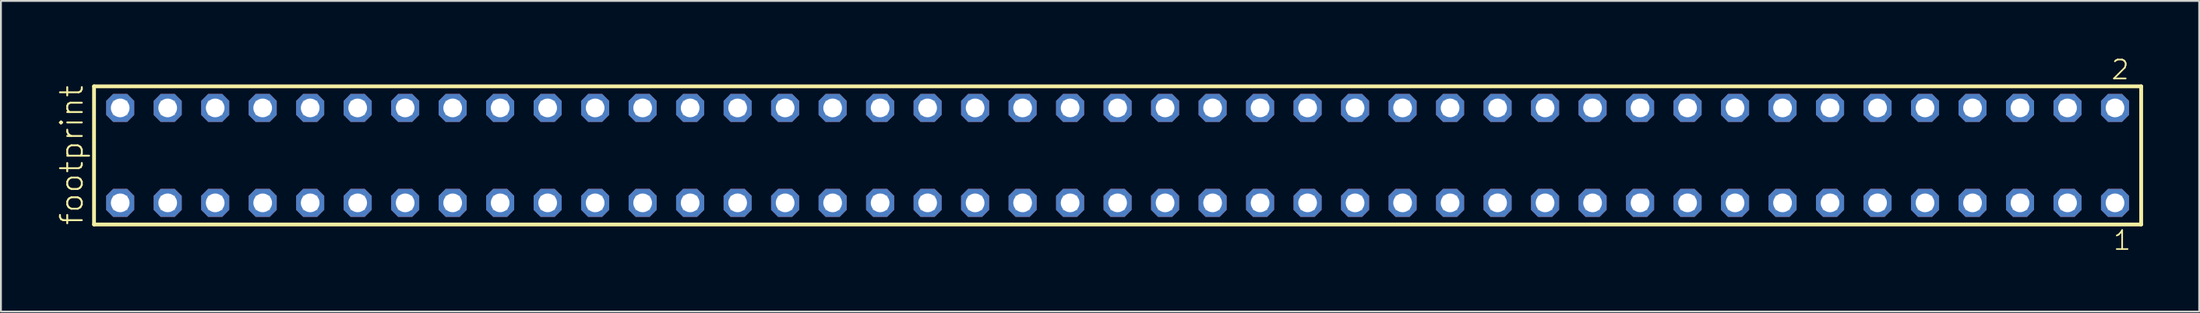
<source format=kicad_pcb>
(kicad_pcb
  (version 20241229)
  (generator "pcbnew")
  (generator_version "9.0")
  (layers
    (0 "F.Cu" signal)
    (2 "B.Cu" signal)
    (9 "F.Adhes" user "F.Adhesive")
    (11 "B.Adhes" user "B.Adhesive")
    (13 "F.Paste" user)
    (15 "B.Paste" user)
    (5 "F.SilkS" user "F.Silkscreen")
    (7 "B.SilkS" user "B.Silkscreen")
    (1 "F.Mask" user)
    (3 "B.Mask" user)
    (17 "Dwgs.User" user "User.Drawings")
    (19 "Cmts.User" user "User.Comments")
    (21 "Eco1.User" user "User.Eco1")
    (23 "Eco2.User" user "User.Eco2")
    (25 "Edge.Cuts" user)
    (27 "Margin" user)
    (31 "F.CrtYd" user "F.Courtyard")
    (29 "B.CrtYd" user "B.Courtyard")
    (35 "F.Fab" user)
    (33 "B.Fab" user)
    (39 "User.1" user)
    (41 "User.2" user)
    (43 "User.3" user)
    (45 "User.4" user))
  (footprint "footprint"
    (layer "F.Cu")
    (at 56.718 5.265)
    (property "Reference" "footprint" (at -55.245 3.81 90) (layer "F.SilkS") (effects (font (size 1.168 1.168) (thickness 0.102)) (justify left bottom)))
    (fp_line (start -54.739 -3.695) (end 54.739 -3.695) (stroke (width 0.203) (type solid)) (layer "F.SilkS"))
    (fp_line (start -54.739 3.695) (end -54.739 -3.695) (stroke (width 0.203) (type solid)) (layer "F.SilkS"))
    (fp_line (start 54.739 -3.695) (end 54.739 3.695) (stroke (width 0.203) (type solid)) (layer "F.SilkS"))
    (fp_line (start 54.739 3.695) (end -54.739 3.695) (stroke (width 0.203) (type solid)) (layer "F.SilkS"))
    (fp_poly (pts (xy -53.69 -2.19) (xy -52.99 -2.19) (xy -52.99 -2.89) (xy -53.69 -2.89)) (stroke (width 0.1) (type solid)) (fill no) (layer "F.Fab"))
    (fp_poly (pts (xy -53.69 2.89) (xy -52.99 2.89) (xy -52.99 2.19) (xy -53.69 2.19)) (stroke (width 0.1) (type solid)) (fill no) (layer "F.Fab"))
    (fp_poly (pts (xy -51.15 -2.19) (xy -50.45 -2.19) (xy -50.45 -2.89) (xy -51.15 -2.89)) (stroke (width 0.1) (type solid)) (fill no) (layer "F.Fab"))
    (fp_poly (pts (xy -51.15 2.89) (xy -50.45 2.89) (xy -50.45 2.19) (xy -51.15 2.19)) (stroke (width 0.1) (type solid)) (fill no) (layer "F.Fab"))
    (fp_poly (pts (xy -48.61 -2.19) (xy -47.91 -2.19) (xy -47.91 -2.89) (xy -48.61 -2.89)) (stroke (width 0.1) (type solid)) (fill no) (layer "F.Fab"))
    (fp_poly (pts (xy -48.61 2.89) (xy -47.91 2.89) (xy -47.91 2.19) (xy -48.61 2.19)) (stroke (width 0.1) (type solid)) (fill no) (layer "F.Fab"))
    (fp_poly (pts (xy -46.07 -2.19) (xy -45.37 -2.19) (xy -45.37 -2.89) (xy -46.07 -2.89)) (stroke (width 0.1) (type solid)) (fill no) (layer "F.Fab"))
    (fp_poly (pts (xy -46.07 2.89) (xy -45.37 2.89) (xy -45.37 2.19) (xy -46.07 2.19)) (stroke (width 0.1) (type solid)) (fill no) (layer "F.Fab"))
    (fp_poly (pts (xy -43.53 -2.19) (xy -42.83 -2.19) (xy -42.83 -2.89) (xy -43.53 -2.89)) (stroke (width 0.1) (type solid)) (fill no) (layer "F.Fab"))
    (fp_poly (pts (xy -43.53 2.89) (xy -42.83 2.89) (xy -42.83 2.19) (xy -43.53 2.19)) (stroke (width 0.1) (type solid)) (fill no) (layer "F.Fab"))
    (fp_poly (pts (xy -40.99 -2.19) (xy -40.29 -2.19) (xy -40.29 -2.89) (xy -40.99 -2.89)) (stroke (width 0.1) (type solid)) (fill no) (layer "F.Fab"))
    (fp_poly (pts (xy -40.99 2.89) (xy -40.29 2.89) (xy -40.29 2.19) (xy -40.99 2.19)) (stroke (width 0.1) (type solid)) (fill no) (layer "F.Fab"))
    (fp_poly (pts (xy -38.45 -2.19) (xy -37.75 -2.19) (xy -37.75 -2.89) (xy -38.45 -2.89)) (stroke (width 0.1) (type solid)) (fill no) (layer "F.Fab"))
    (fp_poly (pts (xy -38.45 2.89) (xy -37.75 2.89) (xy -37.75 2.19) (xy -38.45 2.19)) (stroke (width 0.1) (type solid)) (fill no) (layer "F.Fab"))
    (fp_poly (pts (xy -35.91 -2.19) (xy -35.21 -2.19) (xy -35.21 -2.89) (xy -35.91 -2.89)) (stroke (width 0.1) (type solid)) (fill no) (layer "F.Fab"))
    (fp_poly (pts (xy -35.91 2.89) (xy -35.21 2.89) (xy -35.21 2.19) (xy -35.91 2.19)) (stroke (width 0.1) (type solid)) (fill no) (layer "F.Fab"))
    (fp_poly (pts (xy -33.37 -2.19) (xy -32.67 -2.19) (xy -32.67 -2.89) (xy -33.37 -2.89)) (stroke (width 0.1) (type solid)) (fill no) (layer "F.Fab"))
    (fp_poly (pts (xy -33.37 2.89) (xy -32.67 2.89) (xy -32.67 2.19) (xy -33.37 2.19)) (stroke (width 0.1) (type solid)) (fill no) (layer "F.Fab"))
    (fp_poly (pts (xy -30.83 -2.19) (xy -30.13 -2.19) (xy -30.13 -2.89) (xy -30.83 -2.89)) (stroke (width 0.1) (type solid)) (fill no) (layer "F.Fab"))
    (fp_poly (pts (xy -30.83 2.89) (xy -30.13 2.89) (xy -30.13 2.19) (xy -30.83 2.19)) (stroke (width 0.1) (type solid)) (fill no) (layer "F.Fab"))
    (fp_poly (pts (xy -28.29 -2.19) (xy -27.59 -2.19) (xy -27.59 -2.89) (xy -28.29 -2.89)) (stroke (width 0.1) (type solid)) (fill no) (layer "F.Fab"))
    (fp_poly (pts (xy -28.29 2.89) (xy -27.59 2.89) (xy -27.59 2.19) (xy -28.29 2.19)) (stroke (width 0.1) (type solid)) (fill no) (layer "F.Fab"))
    (fp_poly (pts (xy -25.75 -2.19) (xy -25.05 -2.19) (xy -25.05 -2.89) (xy -25.75 -2.89)) (stroke (width 0.1) (type solid)) (fill no) (layer "F.Fab"))
    (fp_poly (pts (xy -25.75 2.89) (xy -25.05 2.89) (xy -25.05 2.19) (xy -25.75 2.19)) (stroke (width 0.1) (type solid)) (fill no) (layer "F.Fab"))
    (fp_poly (pts (xy -23.21 -2.19) (xy -22.51 -2.19) (xy -22.51 -2.89) (xy -23.21 -2.89)) (stroke (width 0.1) (type solid)) (fill no) (layer "F.Fab"))
    (fp_poly (pts (xy -23.21 2.89) (xy -22.51 2.89) (xy -22.51 2.19) (xy -23.21 2.19)) (stroke (width 0.1) (type solid)) (fill no) (layer "F.Fab"))
    (fp_poly (pts (xy -20.67 -2.19) (xy -19.97 -2.19) (xy -19.97 -2.89) (xy -20.67 -2.89)) (stroke (width 0.1) (type solid)) (fill no) (layer "F.Fab"))
    (fp_poly (pts (xy -20.67 2.89) (xy -19.97 2.89) (xy -19.97 2.19) (xy -20.67 2.19)) (stroke (width 0.1) (type solid)) (fill no) (layer "F.Fab"))
    (fp_poly (pts (xy -18.13 -2.19) (xy -17.43 -2.19) (xy -17.43 -2.89) (xy -18.13 -2.89)) (stroke (width 0.1) (type solid)) (fill no) (layer "F.Fab"))
    (fp_poly (pts (xy -18.13 2.89) (xy -17.43 2.89) (xy -17.43 2.19) (xy -18.13 2.19)) (stroke (width 0.1) (type solid)) (fill no) (layer "F.Fab"))
    (fp_poly (pts (xy -15.59 -2.19) (xy -14.89 -2.19) (xy -14.89 -2.89) (xy -15.59 -2.89)) (stroke (width 0.1) (type solid)) (fill no) (layer "F.Fab"))
    (fp_poly (pts (xy -15.59 2.89) (xy -14.89 2.89) (xy -14.89 2.19) (xy -15.59 2.19)) (stroke (width 0.1) (type solid)) (fill no) (layer "F.Fab"))
    (fp_poly (pts (xy -13.05 -2.19) (xy -12.35 -2.19) (xy -12.35 -2.89) (xy -13.05 -2.89)) (stroke (width 0.1) (type solid)) (fill no) (layer "F.Fab"))
    (fp_poly (pts (xy -13.05 2.89) (xy -12.35 2.89) (xy -12.35 2.19) (xy -13.05 2.19)) (stroke (width 0.1) (type solid)) (fill no) (layer "F.Fab"))
    (fp_poly (pts (xy -10.51 -2.19) (xy -9.81 -2.19) (xy -9.81 -2.89) (xy -10.51 -2.89)) (stroke (width 0.1) (type solid)) (fill no) (layer "F.Fab"))
    (fp_poly (pts (xy -10.51 2.89) (xy -9.81 2.89) (xy -9.81 2.19) (xy -10.51 2.19)) (stroke (width 0.1) (type solid)) (fill no) (layer "F.Fab"))
    (fp_poly (pts (xy -7.97 -2.19) (xy -7.27 -2.19) (xy -7.27 -2.89) (xy -7.97 -2.89)) (stroke (width 0.1) (type solid)) (fill no) (layer "F.Fab"))
    (fp_poly (pts (xy -7.97 2.89) (xy -7.27 2.89) (xy -7.27 2.19) (xy -7.97 2.19)) (stroke (width 0.1) (type solid)) (fill no) (layer "F.Fab"))
    (fp_poly (pts (xy -5.43 -2.19) (xy -4.73 -2.19) (xy -4.73 -2.89) (xy -5.43 -2.89)) (stroke (width 0.1) (type solid)) (fill no) (layer "F.Fab"))
    (fp_poly (pts (xy -5.43 2.89) (xy -4.73 2.89) (xy -4.73 2.19) (xy -5.43 2.19)) (stroke (width 0.1) (type solid)) (fill no) (layer "F.Fab"))
    (fp_poly (pts (xy -2.89 -2.19) (xy -2.19 -2.19) (xy -2.19 -2.89) (xy -2.89 -2.89)) (stroke (width 0.1) (type solid)) (fill no) (layer "F.Fab"))
    (fp_poly (pts (xy -2.89 2.89) (xy -2.19 2.89) (xy -2.19 2.19) (xy -2.89 2.19)) (stroke (width 0.1) (type solid)) (fill no) (layer "F.Fab"))
    (fp_poly (pts (xy -0.35 -2.19) (xy 0.35 -2.19) (xy 0.35 -2.89) (xy -0.35 -2.89)) (stroke (width 0.1) (type solid)) (fill no) (layer "F.Fab"))
    (fp_poly (pts (xy -0.35 2.89) (xy 0.35 2.89) (xy 0.35 2.19) (xy -0.35 2.19)) (stroke (width 0.1) (type solid)) (fill no) (layer "F.Fab"))
    (fp_poly (pts (xy 2.19 -2.19) (xy 2.89 -2.19) (xy 2.89 -2.89) (xy 2.19 -2.89)) (stroke (width 0.1) (type solid)) (fill no) (layer "F.Fab"))
    (fp_poly (pts (xy 2.19 2.89) (xy 2.89 2.89) (xy 2.89 2.19) (xy 2.19 2.19)) (stroke (width 0.1) (type solid)) (fill no) (layer "F.Fab"))
    (fp_poly (pts (xy 4.73 -2.19) (xy 5.43 -2.19) (xy 5.43 -2.89) (xy 4.73 -2.89)) (stroke (width 0.1) (type solid)) (fill no) (layer "F.Fab"))
    (fp_poly (pts (xy 4.73 2.89) (xy 5.43 2.89) (xy 5.43 2.19) (xy 4.73 2.19)) (stroke (width 0.1) (type solid)) (fill no) (layer "F.Fab"))
    (fp_poly (pts (xy 7.27 -2.19) (xy 7.97 -2.19) (xy 7.97 -2.89) (xy 7.27 -2.89)) (stroke (width 0.1) (type solid)) (fill no) (layer "F.Fab"))
    (fp_poly (pts (xy 7.27 2.89) (xy 7.97 2.89) (xy 7.97 2.19) (xy 7.27 2.19)) (stroke (width 0.1) (type solid)) (fill no) (layer "F.Fab"))
    (fp_poly (pts (xy 9.81 -2.19) (xy 10.51 -2.19) (xy 10.51 -2.89) (xy 9.81 -2.89)) (stroke (width 0.1) (type solid)) (fill no) (layer "F.Fab"))
    (fp_poly (pts (xy 9.81 2.89) (xy 10.51 2.89) (xy 10.51 2.19) (xy 9.81 2.19)) (stroke (width 0.1) (type solid)) (fill no) (layer "F.Fab"))
    (fp_poly (pts (xy 12.35 -2.19) (xy 13.05 -2.19) (xy 13.05 -2.89) (xy 12.35 -2.89)) (stroke (width 0.1) (type solid)) (fill no) (layer "F.Fab"))
    (fp_poly (pts (xy 12.35 2.89) (xy 13.05 2.89) (xy 13.05 2.19) (xy 12.35 2.19)) (stroke (width 0.1) (type solid)) (fill no) (layer "F.Fab"))
    (fp_poly (pts (xy 14.89 -2.19) (xy 15.59 -2.19) (xy 15.59 -2.89) (xy 14.89 -2.89)) (stroke (width 0.1) (type solid)) (fill no) (layer "F.Fab"))
    (fp_poly (pts (xy 14.89 2.89) (xy 15.59 2.89) (xy 15.59 2.19) (xy 14.89 2.19)) (stroke (width 0.1) (type solid)) (fill no) (layer "F.Fab"))
    (fp_poly (pts (xy 17.43 -2.19) (xy 18.13 -2.19) (xy 18.13 -2.89) (xy 17.43 -2.89)) (stroke (width 0.1) (type solid)) (fill no) (layer "F.Fab"))
    (fp_poly (pts (xy 17.43 2.89) (xy 18.13 2.89) (xy 18.13 2.19) (xy 17.43 2.19)) (stroke (width 0.1) (type solid)) (fill no) (layer "F.Fab"))
    (fp_poly (pts (xy 19.97 -2.19) (xy 20.67 -2.19) (xy 20.67 -2.89) (xy 19.97 -2.89)) (stroke (width 0.1) (type solid)) (fill no) (layer "F.Fab"))
    (fp_poly (pts (xy 19.97 2.89) (xy 20.67 2.89) (xy 20.67 2.19) (xy 19.97 2.19)) (stroke (width 0.1) (type solid)) (fill no) (layer "F.Fab"))
    (fp_poly (pts (xy 22.51 -2.19) (xy 23.21 -2.19) (xy 23.21 -2.89) (xy 22.51 -2.89)) (stroke (width 0.1) (type solid)) (fill no) (layer "F.Fab"))
    (fp_poly (pts (xy 22.51 2.89) (xy 23.21 2.89) (xy 23.21 2.19) (xy 22.51 2.19)) (stroke (width 0.1) (type solid)) (fill no) (layer "F.Fab"))
    (fp_poly (pts (xy 25.05 -2.19) (xy 25.75 -2.19) (xy 25.75 -2.89) (xy 25.05 -2.89)) (stroke (width 0.1) (type solid)) (fill no) (layer "F.Fab"))
    (fp_poly (pts (xy 25.05 2.89) (xy 25.75 2.89) (xy 25.75 2.19) (xy 25.05 2.19)) (stroke (width 0.1) (type solid)) (fill no) (layer "F.Fab"))
    (fp_poly (pts (xy 27.59 -2.19) (xy 28.29 -2.19) (xy 28.29 -2.89) (xy 27.59 -2.89)) (stroke (width 0.1) (type solid)) (fill no) (layer "F.Fab"))
    (fp_poly (pts (xy 27.59 2.89) (xy 28.29 2.89) (xy 28.29 2.19) (xy 27.59 2.19)) (stroke (width 0.1) (type solid)) (fill no) (layer "F.Fab"))
    (fp_poly (pts (xy 30.13 -2.19) (xy 30.83 -2.19) (xy 30.83 -2.89) (xy 30.13 -2.89)) (stroke (width 0.1) (type solid)) (fill no) (layer "F.Fab"))
    (fp_poly (pts (xy 30.13 2.89) (xy 30.83 2.89) (xy 30.83 2.19) (xy 30.13 2.19)) (stroke (width 0.1) (type solid)) (fill no) (layer "F.Fab"))
    (fp_poly (pts (xy 32.67 -2.19) (xy 33.37 -2.19) (xy 33.37 -2.89) (xy 32.67 -2.89)) (stroke (width 0.1) (type solid)) (fill no) (layer "F.Fab"))
    (fp_poly (pts (xy 32.67 2.89) (xy 33.37 2.89) (xy 33.37 2.19) (xy 32.67 2.19)) (stroke (width 0.1) (type solid)) (fill no) (layer "F.Fab"))
    (fp_poly (pts (xy 35.21 -2.19) (xy 35.91 -2.19) (xy 35.91 -2.89) (xy 35.21 -2.89)) (stroke (width 0.1) (type solid)) (fill no) (layer "F.Fab"))
    (fp_poly (pts (xy 35.21 2.89) (xy 35.91 2.89) (xy 35.91 2.19) (xy 35.21 2.19)) (stroke (width 0.1) (type solid)) (fill no) (layer "F.Fab"))
    (fp_poly (pts (xy 37.75 -2.19) (xy 38.45 -2.19) (xy 38.45 -2.89) (xy 37.75 -2.89)) (stroke (width 0.1) (type solid)) (fill no) (layer "F.Fab"))
    (fp_poly (pts (xy 37.75 2.89) (xy 38.45 2.89) (xy 38.45 2.19) (xy 37.75 2.19)) (stroke (width 0.1) (type solid)) (fill no) (layer "F.Fab"))
    (fp_poly (pts (xy 40.29 -2.19) (xy 40.99 -2.19) (xy 40.99 -2.89) (xy 40.29 -2.89)) (stroke (width 0.1) (type solid)) (fill no) (layer "F.Fab"))
    (fp_poly (pts (xy 40.29 2.89) (xy 40.99 2.89) (xy 40.99 2.19) (xy 40.29 2.19)) (stroke (width 0.1) (type solid)) (fill no) (layer "F.Fab"))
    (fp_poly (pts (xy 42.83 -2.19) (xy 43.53 -2.19) (xy 43.53 -2.89) (xy 42.83 -2.89)) (stroke (width 0.1) (type solid)) (fill no) (layer "F.Fab"))
    (fp_poly (pts (xy 42.83 2.89) (xy 43.53 2.89) (xy 43.53 2.19) (xy 42.83 2.19)) (stroke (width 0.1) (type solid)) (fill no) (layer "F.Fab"))
    (fp_poly (pts (xy 45.37 -2.19) (xy 46.07 -2.19) (xy 46.07 -2.89) (xy 45.37 -2.89)) (stroke (width 0.1) (type solid)) (fill no) (layer "F.Fab"))
    (fp_poly (pts (xy 45.37 2.89) (xy 46.07 2.89) (xy 46.07 2.19) (xy 45.37 2.19)) (stroke (width 0.1) (type solid)) (fill no) (layer "F.Fab"))
    (fp_poly (pts (xy 47.91 -2.19) (xy 48.61 -2.19) (xy 48.61 -2.89) (xy 47.91 -2.89)) (stroke (width 0.1) (type solid)) (fill no) (layer "F.Fab"))
    (fp_poly (pts (xy 47.91 2.89) (xy 48.61 2.89) (xy 48.61 2.19) (xy 47.91 2.19)) (stroke (width 0.1) (type solid)) (fill no) (layer "F.Fab"))
    (fp_poly (pts (xy 50.45 -2.19) (xy 51.15 -2.19) (xy 51.15 -2.89) (xy 50.45 -2.89)) (stroke (width 0.1) (type solid)) (fill no) (layer "F.Fab"))
    (fp_poly (pts (xy 50.45 2.89) (xy 51.15 2.89) (xy 51.15 2.19) (xy 50.45 2.19)) (stroke (width 0.1) (type solid)) (fill no) (layer "F.Fab"))
    (fp_poly (pts (xy 52.99 -2.19) (xy 53.69 -2.19) (xy 53.69 -2.89) (xy 52.99 -2.89)) (stroke (width 0.1) (type solid)) (fill no) (layer "F.Fab"))
    (fp_poly (pts (xy 52.99 2.89) (xy 53.69 2.89) (xy 53.69 2.19) (xy 52.99 2.19)) (stroke (width 0.1) (type solid)) (fill no) (layer "F.Fab"))
    (fp_text user "2" (at 53.082 -3.989 0) (layer "F.SilkS") (effects (font (size 1.012 1.012) (thickness 0.088)) (justify left bottom)))
    (fp_text user "1" (at 53.182 5.138 0) (layer "F.SilkS") (effects (font (size 1.012 1.012) (thickness 0.088)) (justify left bottom)))
    (pad "1" thru_hole roundrect (at 53.34 2.54 180) (size 1.5 1.5) (drill 1) (layers "*.Cu" "*.Mask") (roundrect_rratio 0.25) (chamfer_ratio 0.25) (chamfer top_left top_right bottom_left bottom_right))
    (pad "2" thru_hole roundrect (at 53.34 -2.54 180) (size 1.5 1.5) (drill 1) (layers "*.Cu" "*.Mask") (roundrect_rratio 0.25) (chamfer_ratio 0.25) (chamfer top_left top_right bottom_left bottom_right))
    (pad "3" thru_hole roundrect (at 50.8 2.54 180) (size 1.5 1.5) (drill 1) (layers "*.Cu" "*.Mask") (roundrect_rratio 0.25) (chamfer_ratio 0.25) (chamfer top_left top_right bottom_left bottom_right))
    (pad "4" thru_hole roundrect (at 50.8 -2.54 180) (size 1.5 1.5) (drill 1) (layers "*.Cu" "*.Mask") (roundrect_rratio 0.25) (chamfer_ratio 0.25) (chamfer top_left top_right bottom_left bottom_right))
    (pad "5" thru_hole roundrect (at 48.26 2.54 180) (size 1.5 1.5) (drill 1) (layers "*.Cu" "*.Mask") (roundrect_rratio 0.25) (chamfer_ratio 0.25) (chamfer top_left top_right bottom_left bottom_right))
    (pad "6" thru_hole roundrect (at 48.26 -2.54 180) (size 1.5 1.5) (drill 1) (layers "*.Cu" "*.Mask") (roundrect_rratio 0.25) (chamfer_ratio 0.25) (chamfer top_left top_right bottom_left bottom_right))
    (pad "7" thru_hole roundrect (at 45.72 2.54 180) (size 1.5 1.5) (drill 1) (layers "*.Cu" "*.Mask") (roundrect_rratio 0.25) (chamfer_ratio 0.25) (chamfer top_left top_right bottom_left bottom_right))
    (pad "8" thru_hole roundrect (at 45.72 -2.54 180) (size 1.5 1.5) (drill 1) (layers "*.Cu" "*.Mask") (roundrect_rratio 0.25) (chamfer_ratio 0.25) (chamfer top_left top_right bottom_left bottom_right))
    (pad "9" thru_hole roundrect (at 43.18 2.54 180) (size 1.5 1.5) (drill 1) (layers "*.Cu" "*.Mask") (roundrect_rratio 0.25) (chamfer_ratio 0.25) (chamfer top_left top_right bottom_left bottom_right))
    (pad "10" thru_hole roundrect (at 43.18 -2.54 180) (size 1.5 1.5) (drill 1) (layers "*.Cu" "*.Mask") (roundrect_rratio 0.25) (chamfer_ratio 0.25) (chamfer top_left top_right bottom_left bottom_right))
    (pad "11" thru_hole roundrect (at 40.64 2.54 180) (size 1.5 1.5) (drill 1) (layers "*.Cu" "*.Mask") (roundrect_rratio 0.25) (chamfer_ratio 0.25) (chamfer top_left top_right bottom_left bottom_right))
    (pad "12" thru_hole roundrect (at 40.64 -2.54 180) (size 1.5 1.5) (drill 1) (layers "*.Cu" "*.Mask") (roundrect_rratio 0.25) (chamfer_ratio 0.25) (chamfer top_left top_right bottom_left bottom_right))
    (pad "13" thru_hole roundrect (at 38.1 2.54 180) (size 1.5 1.5) (drill 1) (layers "*.Cu" "*.Mask") (roundrect_rratio 0.25) (chamfer_ratio 0.25) (chamfer top_left top_right bottom_left bottom_right))
    (pad "14" thru_hole roundrect (at 38.1 -2.54 180) (size 1.5 1.5) (drill 1) (layers "*.Cu" "*.Mask") (roundrect_rratio 0.25) (chamfer_ratio 0.25) (chamfer top_left top_right bottom_left bottom_right))
    (pad "15" thru_hole roundrect (at 35.56 2.54 180) (size 1.5 1.5) (drill 1) (layers "*.Cu" "*.Mask") (roundrect_rratio 0.25) (chamfer_ratio 0.25) (chamfer top_left top_right bottom_left bottom_right))
    (pad "16" thru_hole roundrect (at 35.56 -2.54 180) (size 1.5 1.5) (drill 1) (layers "*.Cu" "*.Mask") (roundrect_rratio 0.25) (chamfer_ratio 0.25) (chamfer top_left top_right bottom_left bottom_right))
    (pad "17" thru_hole roundrect (at 33.02 2.54 180) (size 1.5 1.5) (drill 1) (layers "*.Cu" "*.Mask") (roundrect_rratio 0.25) (chamfer_ratio 0.25) (chamfer top_left top_right bottom_left bottom_right))
    (pad "18" thru_hole roundrect (at 33.02 -2.54 180) (size 1.5 1.5) (drill 1) (layers "*.Cu" "*.Mask") (roundrect_rratio 0.25) (chamfer_ratio 0.25) (chamfer top_left top_right bottom_left bottom_right))
    (pad "19" thru_hole roundrect (at 30.48 2.54 180) (size 1.5 1.5) (drill 1) (layers "*.Cu" "*.Mask") (roundrect_rratio 0.25) (chamfer_ratio 0.25) (chamfer top_left top_right bottom_left bottom_right))
    (pad "20" thru_hole roundrect (at 30.48 -2.54 180) (size 1.5 1.5) (drill 1) (layers "*.Cu" "*.Mask") (roundrect_rratio 0.25) (chamfer_ratio 0.25) (chamfer top_left top_right bottom_left bottom_right))
    (pad "21" thru_hole roundrect (at 27.94 2.54 180) (size 1.5 1.5) (drill 1) (layers "*.Cu" "*.Mask") (roundrect_rratio 0.25) (chamfer_ratio 0.25) (chamfer top_left top_right bottom_left bottom_right))
    (pad "22" thru_hole roundrect (at 27.94 -2.54 180) (size 1.5 1.5) (drill 1) (layers "*.Cu" "*.Mask") (roundrect_rratio 0.25) (chamfer_ratio 0.25) (chamfer top_left top_right bottom_left bottom_right))
    (pad "23" thru_hole roundrect (at 25.4 2.54 180) (size 1.5 1.5) (drill 1) (layers "*.Cu" "*.Mask") (roundrect_rratio 0.25) (chamfer_ratio 0.25) (chamfer top_left top_right bottom_left bottom_right))
    (pad "24" thru_hole roundrect (at 25.4 -2.54 180) (size 1.5 1.5) (drill 1) (layers "*.Cu" "*.Mask") (roundrect_rratio 0.25) (chamfer_ratio 0.25) (chamfer top_left top_right bottom_left bottom_right))
    (pad "25" thru_hole roundrect (at 22.86 2.54 180) (size 1.5 1.5) (drill 1) (layers "*.Cu" "*.Mask") (roundrect_rratio 0.25) (chamfer_ratio 0.25) (chamfer top_left top_right bottom_left bottom_right))
    (pad "26" thru_hole roundrect (at 22.86 -2.54 180) (size 1.5 1.5) (drill 1) (layers "*.Cu" "*.Mask") (roundrect_rratio 0.25) (chamfer_ratio 0.25) (chamfer top_left top_right bottom_left bottom_right))
    (pad "27" thru_hole roundrect (at 20.32 2.54 180) (size 1.5 1.5) (drill 1) (layers "*.Cu" "*.Mask") (roundrect_rratio 0.25) (chamfer_ratio 0.25) (chamfer top_left top_right bottom_left bottom_right))
    (pad "28" thru_hole roundrect (at 20.32 -2.54 180) (size 1.5 1.5) (drill 1) (layers "*.Cu" "*.Mask") (roundrect_rratio 0.25) (chamfer_ratio 0.25) (chamfer top_left top_right bottom_left bottom_right))
    (pad "29" thru_hole roundrect (at 17.78 2.54 180) (size 1.5 1.5) (drill 1) (layers "*.Cu" "*.Mask") (roundrect_rratio 0.25) (chamfer_ratio 0.25) (chamfer top_left top_right bottom_left bottom_right))
    (pad "30" thru_hole roundrect (at 17.78 -2.54 180) (size 1.5 1.5) (drill 1) (layers "*.Cu" "*.Mask") (roundrect_rratio 0.25) (chamfer_ratio 0.25) (chamfer top_left top_right bottom_left bottom_right))
    (pad "31" thru_hole roundrect (at 15.24 2.54 180) (size 1.5 1.5) (drill 1) (layers "*.Cu" "*.Mask") (roundrect_rratio 0.25) (chamfer_ratio 0.25) (chamfer top_left top_right bottom_left bottom_right))
    (pad "32" thru_hole roundrect (at 15.24 -2.54 180) (size 1.5 1.5) (drill 1) (layers "*.Cu" "*.Mask") (roundrect_rratio 0.25) (chamfer_ratio 0.25) (chamfer top_left top_right bottom_left bottom_right))
    (pad "33" thru_hole roundrect (at 12.7 2.54 180) (size 1.5 1.5) (drill 1) (layers "*.Cu" "*.Mask") (roundrect_rratio 0.25) (chamfer_ratio 0.25) (chamfer top_left top_right bottom_left bottom_right))
    (pad "34" thru_hole roundrect (at 12.7 -2.54 180) (size 1.5 1.5) (drill 1) (layers "*.Cu" "*.Mask") (roundrect_rratio 0.25) (chamfer_ratio 0.25) (chamfer top_left top_right bottom_left bottom_right))
    (pad "35" thru_hole roundrect (at 10.16 2.54 180) (size 1.5 1.5) (drill 1) (layers "*.Cu" "*.Mask") (roundrect_rratio 0.25) (chamfer_ratio 0.25) (chamfer top_left top_right bottom_left bottom_right))
    (pad "36" thru_hole roundrect (at 10.16 -2.54 180) (size 1.5 1.5) (drill 1) (layers "*.Cu" "*.Mask") (roundrect_rratio 0.25) (chamfer_ratio 0.25) (chamfer top_left top_right bottom_left bottom_right))
    (pad "37" thru_hole roundrect (at 7.62 2.54 180) (size 1.5 1.5) (drill 1) (layers "*.Cu" "*.Mask") (roundrect_rratio 0.25) (chamfer_ratio 0.25) (chamfer top_left top_right bottom_left bottom_right))
    (pad "38" thru_hole roundrect (at 7.62 -2.54 180) (size 1.5 1.5) (drill 1) (layers "*.Cu" "*.Mask") (roundrect_rratio 0.25) (chamfer_ratio 0.25) (chamfer top_left top_right bottom_left bottom_right))
    (pad "39" thru_hole roundrect (at 5.08 2.54 180) (size 1.5 1.5) (drill 1) (layers "*.Cu" "*.Mask") (roundrect_rratio 0.25) (chamfer_ratio 0.25) (chamfer top_left top_right bottom_left bottom_right))
    (pad "40" thru_hole roundrect (at 5.08 -2.54 180) (size 1.5 1.5) (drill 1) (layers "*.Cu" "*.Mask") (roundrect_rratio 0.25) (chamfer_ratio 0.25) (chamfer top_left top_right bottom_left bottom_right))
    (pad "41" thru_hole roundrect (at 2.54 2.54 180) (size 1.5 1.5) (drill 1) (layers "*.Cu" "*.Mask") (roundrect_rratio 0.25) (chamfer_ratio 0.25) (chamfer top_left top_right bottom_left bottom_right))
    (pad "42" thru_hole roundrect (at 2.54 -2.54 180) (size 1.5 1.5) (drill 1) (layers "*.Cu" "*.Mask") (roundrect_rratio 0.25) (chamfer_ratio 0.25) (chamfer top_left top_right bottom_left bottom_right))
    (pad "43" thru_hole roundrect (at 0 2.54 180) (size 1.5 1.5) (drill 1) (layers "*.Cu" "*.Mask") (roundrect_rratio 0.25) (chamfer_ratio 0.25) (chamfer top_left top_right bottom_left bottom_right))
    (pad "44" thru_hole roundrect (at 0 -2.54 180) (size 1.5 1.5) (drill 1) (layers "*.Cu" "*.Mask") (roundrect_rratio 0.25) (chamfer_ratio 0.25) (chamfer top_left top_right bottom_left bottom_right))
    (pad "45" thru_hole roundrect (at -2.54 2.54 180) (size 1.5 1.5) (drill 1) (layers "*.Cu" "*.Mask") (roundrect_rratio 0.25) (chamfer_ratio 0.25) (chamfer top_left top_right bottom_left bottom_right))
    (pad "46" thru_hole roundrect (at -2.54 -2.54 180) (size 1.5 1.5) (drill 1) (layers "*.Cu" "*.Mask") (roundrect_rratio 0.25) (chamfer_ratio 0.25) (chamfer top_left top_right bottom_left bottom_right))
    (pad "47" thru_hole roundrect (at -5.08 2.54 180) (size 1.5 1.5) (drill 1) (layers "*.Cu" "*.Mask") (roundrect_rratio 0.25) (chamfer_ratio 0.25) (chamfer top_left top_right bottom_left bottom_right))
    (pad "48" thru_hole roundrect (at -5.08 -2.54 180) (size 1.5 1.5) (drill 1) (layers "*.Cu" "*.Mask") (roundrect_rratio 0.25) (chamfer_ratio 0.25) (chamfer top_left top_right bottom_left bottom_right))
    (pad "49" thru_hole roundrect (at -7.62 2.54 180) (size 1.5 1.5) (drill 1) (layers "*.Cu" "*.Mask") (roundrect_rratio 0.25) (chamfer_ratio 0.25) (chamfer top_left top_right bottom_left bottom_right))
    (pad "50" thru_hole roundrect (at -7.62 -2.54 180) (size 1.5 1.5) (drill 1) (layers "*.Cu" "*.Mask") (roundrect_rratio 0.25) (chamfer_ratio 0.25) (chamfer top_left top_right bottom_left bottom_right))
    (pad "51" thru_hole roundrect (at -10.16 2.54 180) (size 1.5 1.5) (drill 1) (layers "*.Cu" "*.Mask") (roundrect_rratio 0.25) (chamfer_ratio 0.25) (chamfer top_left top_right bottom_left bottom_right))
    (pad "52" thru_hole roundrect (at -10.16 -2.54 180) (size 1.5 1.5) (drill 1) (layers "*.Cu" "*.Mask") (roundrect_rratio 0.25) (chamfer_ratio 0.25) (chamfer top_left top_right bottom_left bottom_right))
    (pad "53" thru_hole roundrect (at -12.7 2.54 180) (size 1.5 1.5) (drill 1) (layers "*.Cu" "*.Mask") (roundrect_rratio 0.25) (chamfer_ratio 0.25) (chamfer top_left top_right bottom_left bottom_right))
    (pad "54" thru_hole roundrect (at -12.7 -2.54 180) (size 1.5 1.5) (drill 1) (layers "*.Cu" "*.Mask") (roundrect_rratio 0.25) (chamfer_ratio 0.25) (chamfer top_left top_right bottom_left bottom_right))
    (pad "55" thru_hole roundrect (at -15.24 2.54 180) (size 1.5 1.5) (drill 1) (layers "*.Cu" "*.Mask") (roundrect_rratio 0.25) (chamfer_ratio 0.25) (chamfer top_left top_right bottom_left bottom_right))
    (pad "56" thru_hole roundrect (at -15.24 -2.54 180) (size 1.5 1.5) (drill 1) (layers "*.Cu" "*.Mask") (roundrect_rratio 0.25) (chamfer_ratio 0.25) (chamfer top_left top_right bottom_left bottom_right))
    (pad "57" thru_hole roundrect (at -17.78 2.54 180) (size 1.5 1.5) (drill 1) (layers "*.Cu" "*.Mask") (roundrect_rratio 0.25) (chamfer_ratio 0.25) (chamfer top_left top_right bottom_left bottom_right))
    (pad "58" thru_hole roundrect (at -17.78 -2.54 180) (size 1.5 1.5) (drill 1) (layers "*.Cu" "*.Mask") (roundrect_rratio 0.25) (chamfer_ratio 0.25) (chamfer top_left top_right bottom_left bottom_right))
    (pad "59" thru_hole roundrect (at -20.32 2.54 180) (size 1.5 1.5) (drill 1) (layers "*.Cu" "*.Mask") (roundrect_rratio 0.25) (chamfer_ratio 0.25) (chamfer top_left top_right bottom_left bottom_right))
    (pad "60" thru_hole roundrect (at -20.32 -2.54 180) (size 1.5 1.5) (drill 1) (layers "*.Cu" "*.Mask") (roundrect_rratio 0.25) (chamfer_ratio 0.25) (chamfer top_left top_right bottom_left bottom_right))
    (pad "61" thru_hole roundrect (at -22.86 2.54 180) (size 1.5 1.5) (drill 1) (layers "*.Cu" "*.Mask") (roundrect_rratio 0.25) (chamfer_ratio 0.25) (chamfer top_left top_right bottom_left bottom_right))
    (pad "62" thru_hole roundrect (at -22.86 -2.54 180) (size 1.5 1.5) (drill 1) (layers "*.Cu" "*.Mask") (roundrect_rratio 0.25) (chamfer_ratio 0.25) (chamfer top_left top_right bottom_left bottom_right))
    (pad "63" thru_hole roundrect (at -25.4 2.54 180) (size 1.5 1.5) (drill 1) (layers "*.Cu" "*.Mask") (roundrect_rratio 0.25) (chamfer_ratio 0.25) (chamfer top_left top_right bottom_left bottom_right))
    (pad "64" thru_hole roundrect (at -25.4 -2.54 180) (size 1.5 1.5) (drill 1) (layers "*.Cu" "*.Mask") (roundrect_rratio 0.25) (chamfer_ratio 0.25) (chamfer top_left top_right bottom_left bottom_right))
    (pad "65" thru_hole roundrect (at -27.94 2.54 180) (size 1.5 1.5) (drill 1) (layers "*.Cu" "*.Mask") (roundrect_rratio 0.25) (chamfer_ratio 0.25) (chamfer top_left top_right bottom_left bottom_right))
    (pad "66" thru_hole roundrect (at -27.94 -2.54 180) (size 1.5 1.5) (drill 1) (layers "*.Cu" "*.Mask") (roundrect_rratio 0.25) (chamfer_ratio 0.25) (chamfer top_left top_right bottom_left bottom_right))
    (pad "67" thru_hole roundrect (at -30.48 2.54 180) (size 1.5 1.5) (drill 1) (layers "*.Cu" "*.Mask") (roundrect_rratio 0.25) (chamfer_ratio 0.25) (chamfer top_left top_right bottom_left bottom_right))
    (pad "68" thru_hole roundrect (at -30.48 -2.54 180) (size 1.5 1.5) (drill 1) (layers "*.Cu" "*.Mask") (roundrect_rratio 0.25) (chamfer_ratio 0.25) (chamfer top_left top_right bottom_left bottom_right))
    (pad "69" thru_hole roundrect (at -33.02 2.54 180) (size 1.5 1.5) (drill 1) (layers "*.Cu" "*.Mask") (roundrect_rratio 0.25) (chamfer_ratio 0.25) (chamfer top_left top_right bottom_left bottom_right))
    (pad "70" thru_hole roundrect (at -33.02 -2.54 180) (size 1.5 1.5) (drill 1) (layers "*.Cu" "*.Mask") (roundrect_rratio 0.25) (chamfer_ratio 0.25) (chamfer top_left top_right bottom_left bottom_right))
    (pad "71" thru_hole roundrect (at -35.56 2.54 180) (size 1.5 1.5) (drill 1) (layers "*.Cu" "*.Mask") (roundrect_rratio 0.25) (chamfer_ratio 0.25) (chamfer top_left top_right bottom_left bottom_right))
    (pad "72" thru_hole roundrect (at -35.56 -2.54 180) (size 1.5 1.5) (drill 1) (layers "*.Cu" "*.Mask") (roundrect_rratio 0.25) (chamfer_ratio 0.25) (chamfer top_left top_right bottom_left bottom_right))
    (pad "73" thru_hole roundrect (at -38.1 2.54 180) (size 1.5 1.5) (drill 1) (layers "*.Cu" "*.Mask") (roundrect_rratio 0.25) (chamfer_ratio 0.25) (chamfer top_left top_right bottom_left bottom_right))
    (pad "74" thru_hole roundrect (at -38.1 -2.54 180) (size 1.5 1.5) (drill 1) (layers "*.Cu" "*.Mask") (roundrect_rratio 0.25) (chamfer_ratio 0.25) (chamfer top_left top_right bottom_left bottom_right))
    (pad "75" thru_hole roundrect (at -40.64 2.54 180) (size 1.5 1.5) (drill 1) (layers "*.Cu" "*.Mask") (roundrect_rratio 0.25) (chamfer_ratio 0.25) (chamfer top_left top_right bottom_left bottom_right))
    (pad "76" thru_hole roundrect (at -40.64 -2.54 180) (size 1.5 1.5) (drill 1) (layers "*.Cu" "*.Mask") (roundrect_rratio 0.25) (chamfer_ratio 0.25) (chamfer top_left top_right bottom_left bottom_right))
    (pad "77" thru_hole roundrect (at -43.18 2.54 180) (size 1.5 1.5) (drill 1) (layers "*.Cu" "*.Mask") (roundrect_rratio 0.25) (chamfer_ratio 0.25) (chamfer top_left top_right bottom_left bottom_right))
    (pad "78" thru_hole roundrect (at -43.18 -2.54 180) (size 1.5 1.5) (drill 1) (layers "*.Cu" "*.Mask") (roundrect_rratio 0.25) (chamfer_ratio 0.25) (chamfer top_left top_right bottom_left bottom_right))
    (pad "79" thru_hole roundrect (at -45.72 2.54 180) (size 1.5 1.5) (drill 1) (layers "*.Cu" "*.Mask") (roundrect_rratio 0.25) (chamfer_ratio 0.25) (chamfer top_left top_right bottom_left bottom_right))
    (pad "80" thru_hole roundrect (at -45.72 -2.54 180) (size 1.5 1.5) (drill 1) (layers "*.Cu" "*.Mask") (roundrect_rratio 0.25) (chamfer_ratio 0.25) (chamfer top_left top_right bottom_left bottom_right))
    (pad "81" thru_hole roundrect (at -48.26 2.54 180) (size 1.5 1.5) (drill 1) (layers "*.Cu" "*.Mask") (roundrect_rratio 0.25) (chamfer_ratio 0.25) (chamfer top_left top_right bottom_left bottom_right))
    (pad "82" thru_hole roundrect (at -48.26 -2.54 180) (size 1.5 1.5) (drill 1) (layers "*.Cu" "*.Mask") (roundrect_rratio 0.25) (chamfer_ratio 0.25) (chamfer top_left top_right bottom_left bottom_right))
    (pad "83" thru_hole roundrect (at -50.8 2.54 180) (size 1.5 1.5) (drill 1) (layers "*.Cu" "*.Mask") (roundrect_rratio 0.25) (chamfer_ratio 0.25) (chamfer top_left top_right bottom_left bottom_right))
    (pad "84" thru_hole roundrect (at -50.8 -2.54 180) (size 1.5 1.5) (drill 1) (layers "*.Cu" "*.Mask") (roundrect_rratio 0.25) (chamfer_ratio 0.25) (chamfer top_left top_right bottom_left bottom_right))
    (pad "85" thru_hole roundrect (at -53.34 2.54 180) (size 1.5 1.5) (drill 1) (layers "*.Cu" "*.Mask") (roundrect_rratio 0.25) (chamfer_ratio 0.25) (chamfer top_left top_right bottom_left bottom_right))
    (pad "86" thru_hole roundrect (at -53.34 -2.54 180) (size 1.5 1.5) (drill 1) (layers "*.Cu" "*.Mask") (roundrect_rratio 0.25) (chamfer_ratio 0.25) (chamfer top_left top_right bottom_left bottom_right)))
  (gr_rect
    (start -3 -3)
    (end 114.559 13.62)
    (stroke (width 0.1) (type default))
    (fill no)
    (layer "Edge.Cuts")))
</source>
